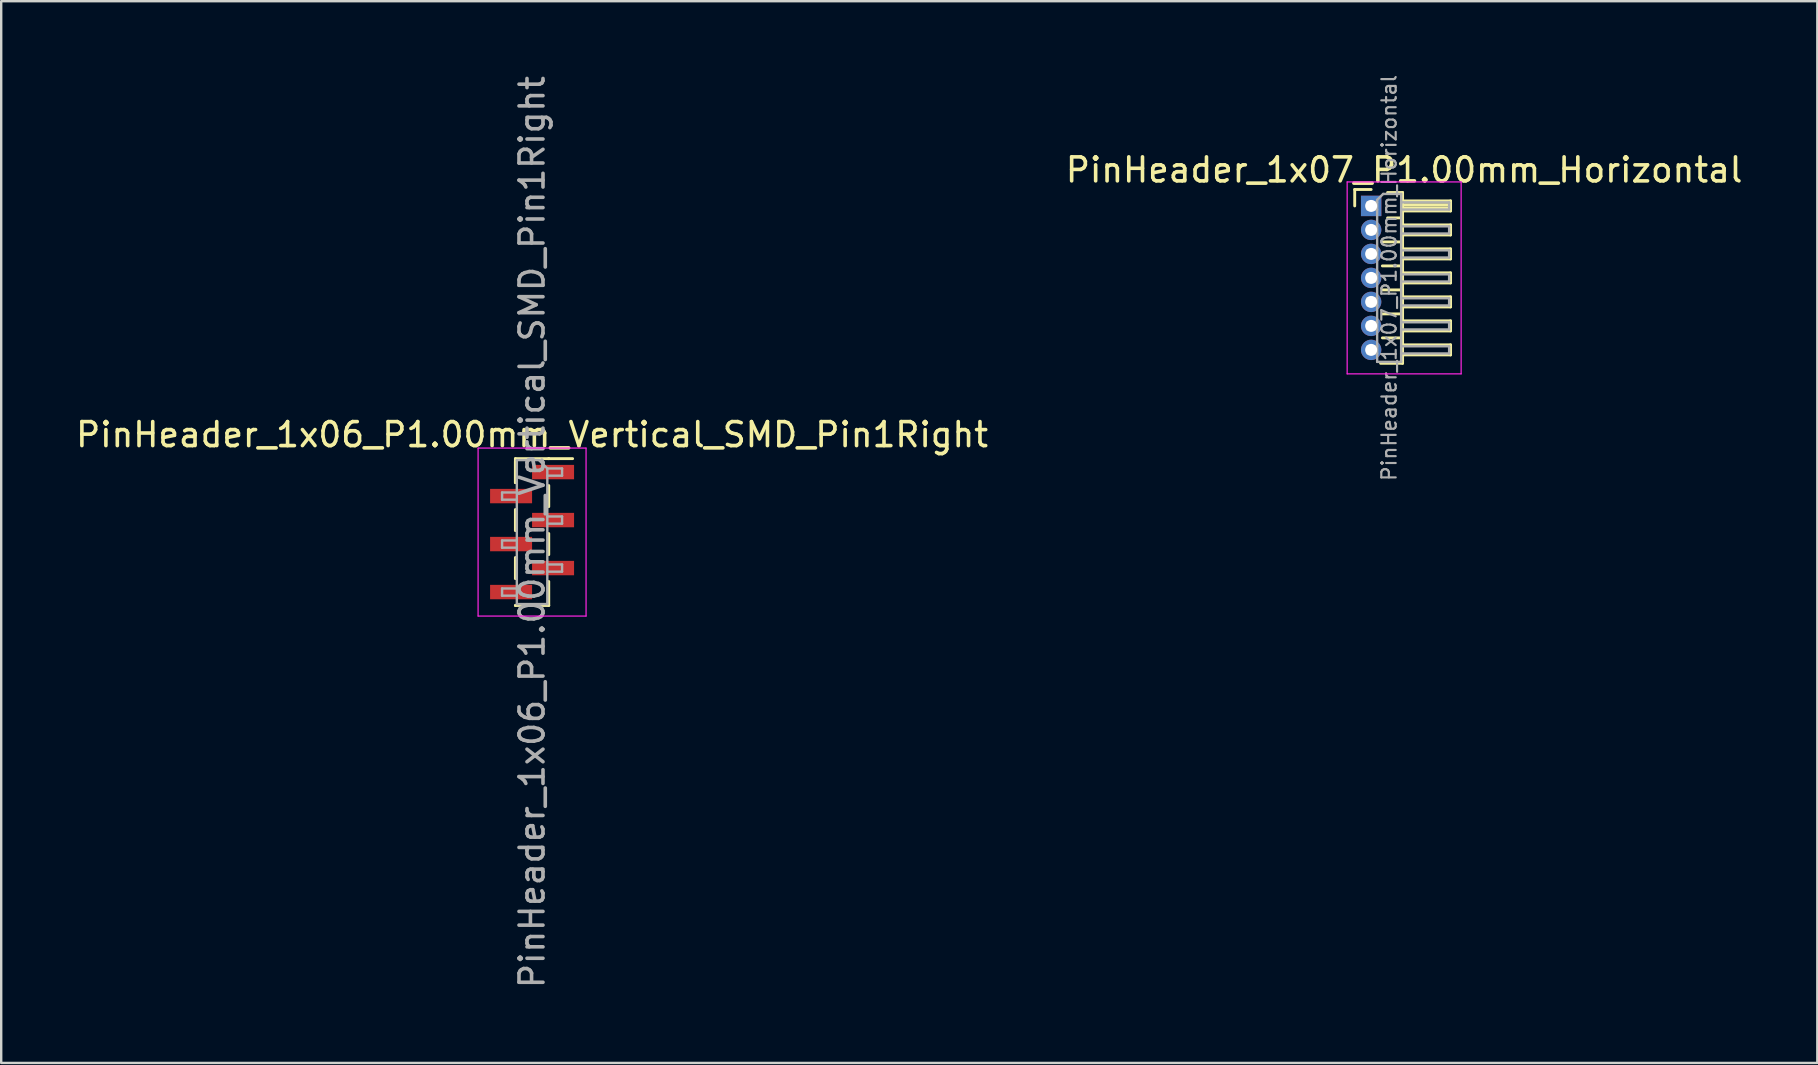
<source format=kicad_pcb>
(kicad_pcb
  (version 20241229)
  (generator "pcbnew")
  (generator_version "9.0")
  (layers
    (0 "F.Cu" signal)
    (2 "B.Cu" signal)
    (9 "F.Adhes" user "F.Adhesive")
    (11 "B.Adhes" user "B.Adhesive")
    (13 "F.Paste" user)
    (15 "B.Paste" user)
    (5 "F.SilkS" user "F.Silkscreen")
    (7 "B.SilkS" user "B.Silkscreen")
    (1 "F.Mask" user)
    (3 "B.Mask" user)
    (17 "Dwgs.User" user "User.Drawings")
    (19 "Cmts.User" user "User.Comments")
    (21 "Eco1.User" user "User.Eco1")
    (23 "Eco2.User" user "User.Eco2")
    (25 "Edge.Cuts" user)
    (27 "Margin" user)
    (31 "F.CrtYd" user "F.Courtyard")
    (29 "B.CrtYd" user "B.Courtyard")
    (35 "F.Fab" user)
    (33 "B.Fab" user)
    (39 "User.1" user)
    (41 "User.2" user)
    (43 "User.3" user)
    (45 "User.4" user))
  (footprint "PinHeader_1x07_P1.00mm_Horizontal"
    (layer "F.Cu")
    (at 54.095 5.532)
    (property "Reference" "PinHeader_1x07_P1.00mm_Horizontal" (at 1.375 -1.5 0) (layer "F.SilkS") (effects (font (size 1 1) (thickness 0.15))))
    (attr through_hole)
    (fp_line (start -0.685 -0.685) (end 0 -0.685) (stroke (width 0.12) (type solid)) (layer "F.SilkS"))
    (fp_line (start -0.685 0) (end -0.685 -0.685) (stroke (width 0.12) (type solid)) (layer "F.SilkS"))
    (fp_line (start 0.468 1.5) (end 1.31 1.5) (stroke (width 0.12) (type solid)) (layer "F.SilkS"))
    (fp_line (start 0.468 2.5) (end 1.31 2.5) (stroke (width 0.12) (type solid)) (layer "F.SilkS"))
    (fp_line (start 0.468 3.5) (end 1.31 3.5) (stroke (width 0.12) (type solid)) (layer "F.SilkS"))
    (fp_line (start 0.468 4.5) (end 1.31 4.5) (stroke (width 0.12) (type solid)) (layer "F.SilkS"))
    (fp_line (start 0.468 5.5) (end 1.31 5.5) (stroke (width 0.12) (type solid)) (layer "F.SilkS"))
    (fp_line (start 0.685 -0.56) (end 1.31 -0.56) (stroke (width 0.12) (type solid)) (layer "F.SilkS"))
    (fp_line (start 0.685 0.5) (end 1.31 0.5) (stroke (width 0.12) (type solid)) (layer "F.SilkS"))
    (fp_line (start 1.31 -0.56) (end 1.31 6.56) (stroke (width 0.12) (type solid)) (layer "F.SilkS"))
    (fp_line (start 1.31 -0.21) (end 3.31 -0.21) (stroke (width 0.12) (type solid)) (layer "F.SilkS"))
    (fp_line (start 1.31 -0.15) (end 3.31 -0.15) (stroke (width 0.12) (type solid)) (layer "F.SilkS"))
    (fp_line (start 1.31 -0.03) (end 3.31 -0.03) (stroke (width 0.12) (type solid)) (layer "F.SilkS"))
    (fp_line (start 1.31 0.09) (end 3.31 0.09) (stroke (width 0.12) (type solid)) (layer "F.SilkS"))
    (fp_line (start 1.31 0.79) (end 3.31 0.79) (stroke (width 0.12) (type solid)) (layer "F.SilkS"))
    (fp_line (start 1.31 1.79) (end 3.31 1.79) (stroke (width 0.12) (type solid)) (layer "F.SilkS"))
    (fp_line (start 1.31 2.79) (end 3.31 2.79) (stroke (width 0.12) (type solid)) (layer "F.SilkS"))
    (fp_line (start 1.31 3.79) (end 3.31 3.79) (stroke (width 0.12) (type solid)) (layer "F.SilkS"))
    (fp_line (start 1.31 4.79) (end 3.31 4.79) (stroke (width 0.12) (type solid)) (layer "F.SilkS"))
    (fp_line (start 1.31 5.79) (end 3.31 5.79) (stroke (width 0.12) (type solid)) (layer "F.SilkS"))
    (fp_line (start 1.31 6.56) (end 0.394 6.56) (stroke (width 0.12) (type solid)) (layer "F.SilkS"))
    (fp_line (start 3.31 -0.21) (end 3.31 0.21) (stroke (width 0.12) (type solid)) (layer "F.SilkS"))
    (fp_line (start 3.31 0.21) (end 1.31 0.21) (stroke (width 0.12) (type solid)) (layer "F.SilkS"))
    (fp_line (start 3.31 0.79) (end 3.31 1.21) (stroke (width 0.12) (type solid)) (layer "F.SilkS"))
    (fp_line (start 3.31 1.21) (end 1.31 1.21) (stroke (width 0.12) (type solid)) (layer "F.SilkS"))
    (fp_line (start 3.31 1.79) (end 3.31 2.21) (stroke (width 0.12) (type solid)) (layer "F.SilkS"))
    (fp_line (start 3.31 2.21) (end 1.31 2.21) (stroke (width 0.12) (type solid)) (layer "F.SilkS"))
    (fp_line (start 3.31 2.79) (end 3.31 3.21) (stroke (width 0.12) (type solid)) (layer "F.SilkS"))
    (fp_line (start 3.31 3.21) (end 1.31 3.21) (stroke (width 0.12) (type solid)) (layer "F.SilkS"))
    (fp_line (start 3.31 3.79) (end 3.31 4.21) (stroke (width 0.12) (type solid)) (layer "F.SilkS"))
    (fp_line (start 3.31 4.21) (end 1.31 4.21) (stroke (width 0.12) (type solid)) (layer "F.SilkS"))
    (fp_line (start 3.31 4.79) (end 3.31 5.21) (stroke (width 0.12) (type solid)) (layer "F.SilkS"))
    (fp_line (start 3.31 5.21) (end 1.31 5.21) (stroke (width 0.12) (type solid)) (layer "F.SilkS"))
    (fp_line (start 3.31 5.79) (end 3.31 6.21) (stroke (width 0.12) (type solid)) (layer "F.SilkS"))
    (fp_line (start 3.31 6.21) (end 1.31 6.21) (stroke (width 0.12) (type solid)) (layer "F.SilkS"))
    (fp_line (start -1 -1) (end -1 7) (stroke (width 0.05) (type solid)) (layer "F.CrtYd"))
    (fp_line (start -1 7) (end 3.75 7) (stroke (width 0.05) (type solid)) (layer "F.CrtYd"))
    (fp_line (start 3.75 -1) (end -1 -1) (stroke (width 0.05) (type solid)) (layer "F.CrtYd"))
    (fp_line (start 3.75 7) (end 3.75 -1) (stroke (width 0.05) (type solid)) (layer "F.CrtYd"))
    (fp_line (start -0.15 -0.15) (end -0.15 0.15) (stroke (width 0.1) (type solid)) (layer "F.Fab"))
    (fp_line (start -0.15 -0.15) (end 0.25 -0.15) (stroke (width 0.1) (type solid)) (layer "F.Fab"))
    (fp_line (start -0.15 0.15) (end 0.25 0.15) (stroke (width 0.1) (type solid)) (layer "F.Fab"))
    (fp_line (start -0.15 0.85) (end -0.15 1.15) (stroke (width 0.1) (type solid)) (layer "F.Fab"))
    (fp_line (start -0.15 0.85) (end 0.25 0.85) (stroke (width 0.1) (type solid)) (layer "F.Fab"))
    (fp_line (start -0.15 1.15) (end 0.25 1.15) (stroke (width 0.1) (type solid)) (layer "F.Fab"))
    (fp_line (start -0.15 1.85) (end -0.15 2.15) (stroke (width 0.1) (type solid)) (layer "F.Fab"))
    (fp_line (start -0.15 1.85) (end 0.25 1.85) (stroke (width 0.1) (type solid)) (layer "F.Fab"))
    (fp_line (start -0.15 2.15) (end 0.25 2.15) (stroke (width 0.1) (type solid)) (layer "F.Fab"))
    (fp_line (start -0.15 2.85) (end -0.15 3.15) (stroke (width 0.1) (type solid)) (layer "F.Fab"))
    (fp_line (start -0.15 2.85) (end 0.25 2.85) (stroke (width 0.1) (type solid)) (layer "F.Fab"))
    (fp_line (start -0.15 3.15) (end 0.25 3.15) (stroke (width 0.1) (type solid)) (layer "F.Fab"))
    (fp_line (start -0.15 3.85) (end -0.15 4.15) (stroke (width 0.1) (type solid)) (layer "F.Fab"))
    (fp_line (start -0.15 3.85) (end 0.25 3.85) (stroke (width 0.1) (type solid)) (layer "F.Fab"))
    (fp_line (start -0.15 4.15) (end 0.25 4.15) (stroke (width 0.1) (type solid)) (layer "F.Fab"))
    (fp_line (start -0.15 4.85) (end -0.15 5.15) (stroke (width 0.1) (type solid)) (layer "F.Fab"))
    (fp_line (start -0.15 4.85) (end 0.25 4.85) (stroke (width 0.1) (type solid)) (layer "F.Fab"))
    (fp_line (start -0.15 5.15) (end 0.25 5.15) (stroke (width 0.1) (type solid)) (layer "F.Fab"))
    (fp_line (start -0.15 5.85) (end -0.15 6.15) (stroke (width 0.1) (type solid)) (layer "F.Fab"))
    (fp_line (start -0.15 5.85) (end 0.25 5.85) (stroke (width 0.1) (type solid)) (layer "F.Fab"))
    (fp_line (start -0.15 6.15) (end 0.25 6.15) (stroke (width 0.1) (type solid)) (layer "F.Fab"))
    (fp_line (start 0.25 -0.25) (end 0.5 -0.5) (stroke (width 0.1) (type solid)) (layer "F.Fab"))
    (fp_line (start 0.25 6.5) (end 0.25 -0.25) (stroke (width 0.1) (type solid)) (layer "F.Fab"))
    (fp_line (start 0.5 -0.5) (end 1.25 -0.5) (stroke (width 0.1) (type solid)) (layer "F.Fab"))
    (fp_line (start 1.25 -0.5) (end 1.25 6.5) (stroke (width 0.1) (type solid)) (layer "F.Fab"))
    (fp_line (start 1.25 -0.15) (end 3.25 -0.15) (stroke (width 0.1) (type solid)) (layer "F.Fab"))
    (fp_line (start 1.25 0.15) (end 3.25 0.15) (stroke (width 0.1) (type solid)) (layer "F.Fab"))
    (fp_line (start 1.25 0.85) (end 3.25 0.85) (stroke (width 0.1) (type solid)) (layer "F.Fab"))
    (fp_line (start 1.25 1.15) (end 3.25 1.15) (stroke (width 0.1) (type solid)) (layer "F.Fab"))
    (fp_line (start 1.25 1.85) (end 3.25 1.85) (stroke (width 0.1) (type solid)) (layer "F.Fab"))
    (fp_line (start 1.25 2.15) (end 3.25 2.15) (stroke (width 0.1) (type solid)) (layer "F.Fab"))
    (fp_line (start 1.25 2.85) (end 3.25 2.85) (stroke (width 0.1) (type solid)) (layer "F.Fab"))
    (fp_line (start 1.25 3.15) (end 3.25 3.15) (stroke (width 0.1) (type solid)) (layer "F.Fab"))
    (fp_line (start 1.25 3.85) (end 3.25 3.85) (stroke (width 0.1) (type solid)) (layer "F.Fab"))
    (fp_line (start 1.25 4.15) (end 3.25 4.15) (stroke (width 0.1) (type solid)) (layer "F.Fab"))
    (fp_line (start 1.25 4.85) (end 3.25 4.85) (stroke (width 0.1) (type solid)) (layer "F.Fab"))
    (fp_line (start 1.25 5.15) (end 3.25 5.15) (stroke (width 0.1) (type solid)) (layer "F.Fab"))
    (fp_line (start 1.25 5.85) (end 3.25 5.85) (stroke (width 0.1) (type solid)) (layer "F.Fab"))
    (fp_line (start 1.25 6.15) (end 3.25 6.15) (stroke (width 0.1) (type solid)) (layer "F.Fab"))
    (fp_line (start 1.25 6.5) (end 0.25 6.5) (stroke (width 0.1) (type solid)) (layer "F.Fab"))
    (fp_line (start 3.25 -0.15) (end 3.25 0.15) (stroke (width 0.1) (type solid)) (layer "F.Fab"))
    (fp_line (start 3.25 0.85) (end 3.25 1.15) (stroke (width 0.1) (type solid)) (layer "F.Fab"))
    (fp_line (start 3.25 1.85) (end 3.25 2.15) (stroke (width 0.1) (type solid)) (layer "F.Fab"))
    (fp_line (start 3.25 2.85) (end 3.25 3.15) (stroke (width 0.1) (type solid)) (layer "F.Fab"))
    (fp_line (start 3.25 3.85) (end 3.25 4.15) (stroke (width 0.1) (type solid)) (layer "F.Fab"))
    (fp_line (start 3.25 4.85) (end 3.25 5.15) (stroke (width 0.1) (type solid)) (layer "F.Fab"))
    (fp_line (start 3.25 5.85) (end 3.25 6.15) (stroke (width 0.1) (type solid)) (layer "F.Fab"))
    (fp_text user "${REFERENCE}" (at 0.75 3 90) (layer "F.Fab") (effects (font (size 0.6 0.6) (thickness 0.09))))
    (pad "1" thru_hole rect (at 0 0) (size 0.85 0.85) (drill 0.5) (layers "*.Cu" "*.Mask"))
    (pad "2" thru_hole oval (at 0 1) (size 0.85 0.85) (drill 0.5) (layers "*.Cu" "*.Mask"))
    (pad "3" thru_hole oval (at 0 2) (size 0.85 0.85) (drill 0.5) (layers "*.Cu" "*.Mask"))
    (pad "4" thru_hole oval (at 0 3) (size 0.85 0.85) (drill 0.5) (layers "*.Cu" "*.Mask"))
    (pad "5" thru_hole oval (at 0 4) (size 0.85 0.85) (drill 0.5) (layers "*.Cu" "*.Mask"))
    (pad "6" thru_hole oval (at 0 5) (size 0.85 0.85) (drill 0.5) (layers "*.Cu" "*.Mask"))
    (pad "7" thru_hole oval (at 0 6) (size 0.85 0.85) (drill 0.5) (layers "*.Cu" "*.Mask")))
  (footprint "PinHeader_1x06_P1.00mm_Vertical_SMD_Pin1Right"
    (layer "F.Cu")
    (at 19.125 19.125)
    (property "Reference" "PinHeader_1x06_P1.00mm_Vertical_SMD_Pin1Right" (at 0 -4.06 0) (layer "F.SilkS") (effects (font (size 1 1) (thickness 0.15))))
    (attr smd)
    (fp_line (start -0.695 -3.06) (end -0.695 -2.06) (stroke (width 0.12) (type solid)) (layer "F.SilkS"))
    (fp_line (start -0.695 -3.06) (end 0.695 -3.06) (stroke (width 0.12) (type solid)) (layer "F.SilkS"))
    (fp_line (start -0.695 -2.94) (end -0.695 -2.06) (stroke (width 0.12) (type solid)) (layer "F.SilkS"))
    (fp_line (start -0.695 -0.94) (end -0.695 -0.06) (stroke (width 0.12) (type solid)) (layer "F.SilkS"))
    (fp_line (start -0.695 1.06) (end -0.695 1.94) (stroke (width 0.12) (type solid)) (layer "F.SilkS"))
    (fp_line (start -0.695 3.06) (end -0.695 3.06) (stroke (width 0.12) (type solid)) (layer "F.SilkS"))
    (fp_line (start -0.695 3.06) (end 0.695 3.06) (stroke (width 0.12) (type solid)) (layer "F.SilkS"))
    (fp_line (start 0.695 -3.06) (end 0.695 -3.06) (stroke (width 0.12) (type solid)) (layer "F.SilkS"))
    (fp_line (start 0.695 -3.06) (end 1.69 -3.06) (stroke (width 0.12) (type solid)) (layer "F.SilkS"))
    (fp_line (start 0.695 -1.94) (end 0.695 -1.06) (stroke (width 0.12) (type solid)) (layer "F.SilkS"))
    (fp_line (start 0.695 0.06) (end 0.695 0.94) (stroke (width 0.12) (type solid)) (layer "F.SilkS"))
    (fp_line (start 0.695 2.06) (end 0.695 3.06) (stroke (width 0.12) (type solid)) (layer "F.SilkS"))
    (fp_line (start -2.25 -3.5) (end -2.25 3.5) (stroke (width 0.05) (type solid)) (layer "F.CrtYd"))
    (fp_line (start -2.25 3.5) (end 2.25 3.5) (stroke (width 0.05) (type solid)) (layer "F.CrtYd"))
    (fp_line (start 2.25 -3.5) (end -2.25 -3.5) (stroke (width 0.05) (type solid)) (layer "F.CrtYd"))
    (fp_line (start 2.25 3.5) (end 2.25 -3.5) (stroke (width 0.05) (type solid)) (layer "F.CrtYd"))
    (fp_line (start -1.25 -1.65) (end -1.25 -1.35) (stroke (width 0.1) (type solid)) (layer "F.Fab"))
    (fp_line (start -1.25 -1.35) (end -0.635 -1.35) (stroke (width 0.1) (type solid)) (layer "F.Fab"))
    (fp_line (start -1.25 0.35) (end -1.25 0.65) (stroke (width 0.1) (type solid)) (layer "F.Fab"))
    (fp_line (start -1.25 0.65) (end -0.635 0.65) (stroke (width 0.1) (type solid)) (layer "F.Fab"))
    (fp_line (start -1.25 2.35) (end -1.25 2.65) (stroke (width 0.1) (type solid)) (layer "F.Fab"))
    (fp_line (start -1.25 2.65) (end -0.635 2.65) (stroke (width 0.1) (type solid)) (layer "F.Fab"))
    (fp_line (start -0.635 -3) (end -0.635 3) (stroke (width 0.1) (type solid)) (layer "F.Fab"))
    (fp_line (start -0.635 -3) (end 0.285 -3) (stroke (width 0.1) (type solid)) (layer "F.Fab"))
    (fp_line (start -0.635 -1.65) (end -1.25 -1.65) (stroke (width 0.1) (type solid)) (layer "F.Fab"))
    (fp_line (start -0.635 0.35) (end -1.25 0.35) (stroke (width 0.1) (type solid)) (layer "F.Fab"))
    (fp_line (start -0.635 2.35) (end -1.25 2.35) (stroke (width 0.1) (type solid)) (layer "F.Fab"))
    (fp_line (start 0.635 -2.65) (end 0.285 -3) (stroke (width 0.1) (type solid)) (layer "F.Fab"))
    (fp_line (start 0.635 -2.65) (end 1.25 -2.65) (stroke (width 0.1) (type solid)) (layer "F.Fab"))
    (fp_line (start 0.635 -0.65) (end 1.25 -0.65) (stroke (width 0.1) (type solid)) (layer "F.Fab"))
    (fp_line (start 0.635 1.35) (end 1.25 1.35) (stroke (width 0.1) (type solid)) (layer "F.Fab"))
    (fp_line (start 0.635 3) (end -0.635 3) (stroke (width 0.1) (type solid)) (layer "F.Fab"))
    (fp_line (start 0.635 3) (end 0.635 -2.65) (stroke (width 0.1) (type solid)) (layer "F.Fab"))
    (fp_line (start 1.25 -2.65) (end 1.25 -2.35) (stroke (width 0.1) (type solid)) (layer "F.Fab"))
    (fp_line (start 1.25 -2.35) (end 0.635 -2.35) (stroke (width 0.1) (type solid)) (layer "F.Fab"))
    (fp_line (start 1.25 -0.65) (end 1.25 -0.35) (stroke (width 0.1) (type solid)) (layer "F.Fab"))
    (fp_line (start 1.25 -0.35) (end 0.635 -0.35) (stroke (width 0.1) (type solid)) (layer "F.Fab"))
    (fp_line (start 1.25 1.35) (end 1.25 1.65) (stroke (width 0.1) (type solid)) (layer "F.Fab"))
    (fp_line (start 1.25 1.65) (end 0.635 1.65) (stroke (width 0.1) (type solid)) (layer "F.Fab"))
    (fp_text user "${REFERENCE}" (at 0 0 90) (layer "F.Fab") (effects (font (size 1 1) (thickness 0.15))))
    (pad "1" smd rect (at 0.875 -2.5) (size 1.75 0.6) (layers "F.Cu" "F.Mask" "F.Paste"))
    (pad "2" smd rect (at -0.875 -1.5) (size 1.75 0.6) (layers "F.Cu" "F.Mask" "F.Paste"))
    (pad "3" smd rect (at 0.875 -0.5) (size 1.75 0.6) (layers "F.Cu" "F.Mask" "F.Paste"))
    (pad "4" smd rect (at -0.875 0.5) (size 1.75 0.6) (layers "F.Cu" "F.Mask" "F.Paste"))
    (pad "5" smd rect (at 0.875 1.5) (size 1.75 0.6) (layers "F.Cu" "F.Mask" "F.Paste"))
    (pad "6" smd rect (at -0.875 2.5) (size 1.75 0.6) (layers "F.Cu" "F.Mask" "F.Paste")))
  (gr_rect
    (start -3 -3)
    (end 72.69 41.25)
    (stroke (width 0.1) (type default))
    (fill no)
    (layer "Edge.Cuts")))
</source>
